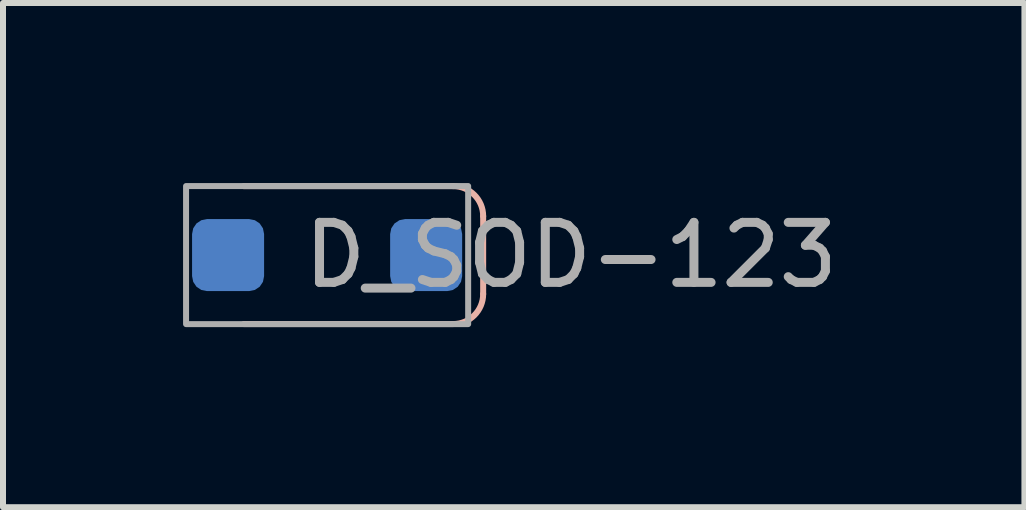
<source format=kicad_pcb>
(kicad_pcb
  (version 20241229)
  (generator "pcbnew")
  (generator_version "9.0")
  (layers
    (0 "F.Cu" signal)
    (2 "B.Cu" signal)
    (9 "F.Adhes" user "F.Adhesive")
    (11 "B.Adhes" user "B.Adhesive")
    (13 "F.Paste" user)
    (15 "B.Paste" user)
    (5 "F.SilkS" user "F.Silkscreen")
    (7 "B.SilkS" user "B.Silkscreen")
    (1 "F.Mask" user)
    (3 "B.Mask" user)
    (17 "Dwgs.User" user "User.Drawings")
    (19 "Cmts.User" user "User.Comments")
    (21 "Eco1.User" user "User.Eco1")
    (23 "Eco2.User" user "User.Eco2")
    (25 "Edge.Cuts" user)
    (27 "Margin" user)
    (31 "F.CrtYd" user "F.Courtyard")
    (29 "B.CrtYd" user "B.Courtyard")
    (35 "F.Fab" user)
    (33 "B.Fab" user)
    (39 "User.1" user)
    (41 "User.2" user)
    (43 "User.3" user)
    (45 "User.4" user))
  (footprint "D_SOD-123"
    (layer "F.Cu")
    (at 2.4 1.2)
    (property "Reference" "D_SOD-123" (at 4.064 0 180) (layer "F.Fab") (effects (font (size 1 1) (thickness 0.15))))
    (attr smd)
    (fp_line (start -1.388 -1.149) (end 2.1 -1.149) (stroke (width 0.1) (type default)) (layer "B.SilkS"))
    (fp_line (start -1.388 1.149) (end 2.1 1.149) (stroke (width 0.1) (type default)) (layer "B.SilkS"))
    (fp_line (start 2.6 0.649) (end 2.6 -0.649) (stroke (width 0.1) (type default)) (layer "B.SilkS"))
    (fp_arc (start 2.1 -1.149) (mid 2.453553 -1.002553) (end 2.6 -0.649) (stroke (width 0.1) (type default)) (layer "B.SilkS"))
    (fp_arc (start 2.6 0.649) (mid 2.453553 1.002553) (end 2.1 1.149) (stroke (width 0.1) (type default)) (layer "B.SilkS"))
    (fp_rect (start -2.35 -1.15) (end 2.35 1.15) (stroke (width 0.1) (type solid)) (fill no) (layer "F.Fab"))
    (pad "1" smd roundrect (at 1.65 0 180) (size 1.2 1.2) (layers "B.Cu" "B.Mask" "B.Paste") (roundrect_rratio 0.208))
    (pad "2" smd roundrect (at -1.65 0 180) (size 1.2 1.2) (layers "B.Cu" "B.Mask" "B.Paste") (roundrect_rratio 0.208)))
  (gr_rect
    (start -3 -3)
    (end 14.018 5.4)
    (stroke (width 0.1) (type default))
    (fill no)
    (layer "Edge.Cuts")))
</source>
